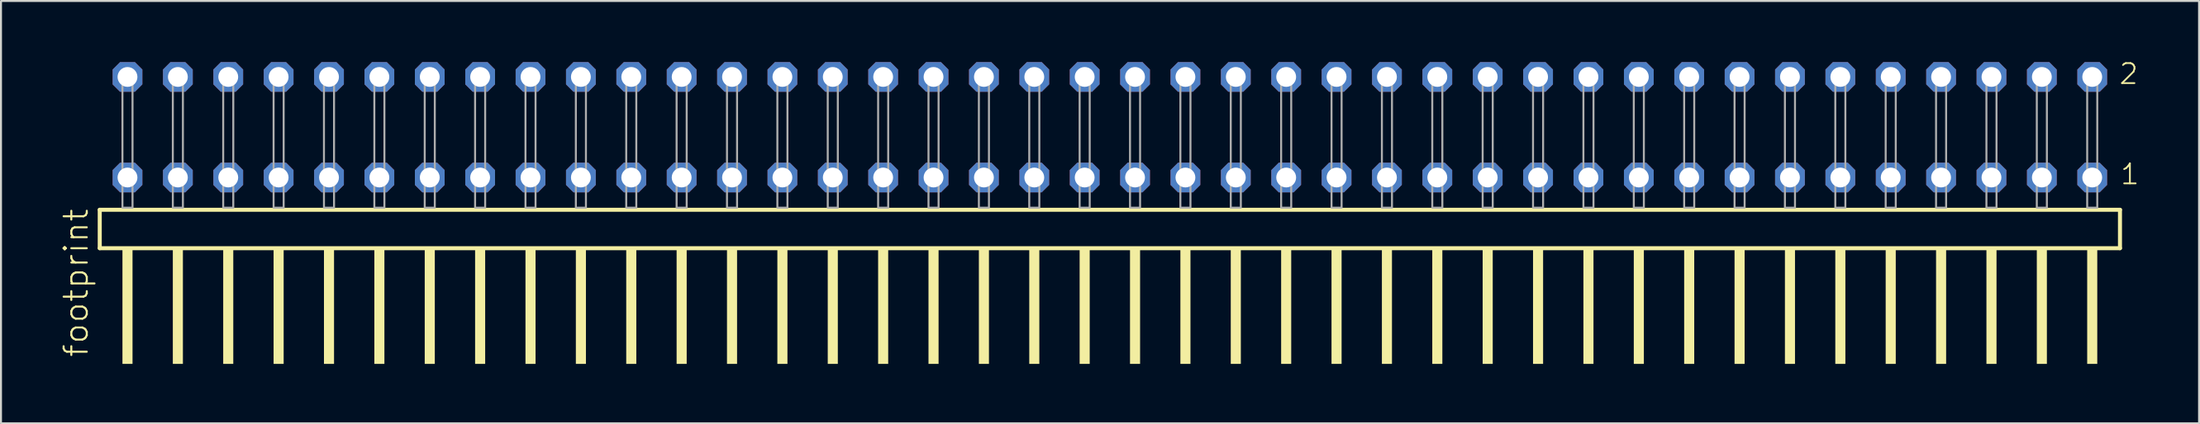
<source format=kicad_pcb>
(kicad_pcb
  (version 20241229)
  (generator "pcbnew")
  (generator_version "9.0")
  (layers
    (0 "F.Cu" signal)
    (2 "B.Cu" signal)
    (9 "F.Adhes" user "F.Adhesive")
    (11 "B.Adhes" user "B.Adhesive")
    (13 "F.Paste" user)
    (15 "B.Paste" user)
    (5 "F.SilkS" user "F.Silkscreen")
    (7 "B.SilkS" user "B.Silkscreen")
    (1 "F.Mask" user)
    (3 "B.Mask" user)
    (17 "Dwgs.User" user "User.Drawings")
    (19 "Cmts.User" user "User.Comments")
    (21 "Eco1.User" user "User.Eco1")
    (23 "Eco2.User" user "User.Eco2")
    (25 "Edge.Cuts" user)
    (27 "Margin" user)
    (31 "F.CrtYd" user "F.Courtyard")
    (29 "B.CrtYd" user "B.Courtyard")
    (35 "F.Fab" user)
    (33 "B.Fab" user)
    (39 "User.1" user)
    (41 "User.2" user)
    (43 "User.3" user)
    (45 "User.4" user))
  (footprint "footprint"
    (layer "F.Cu")
    (at 52.908 7.441)
    (property "Reference" "footprint" (at -51.435 7.62 90) (layer "F.SilkS") (effects (font (size 1.168 1.168) (thickness 0.102)) (justify left bottom)))
    (fp_line (start -50.929 0.106) (end -50.929 2.046) (stroke (width 0.203) (type solid)) (layer "F.SilkS"))
    (fp_line (start -50.929 2.046) (end 50.929 2.046) (stroke (width 0.203) (type solid)) (layer "F.SilkS"))
    (fp_line (start 50.929 0.106) (end -50.929 0.106) (stroke (width 0.203) (type solid)) (layer "F.SilkS"))
    (fp_line (start 50.929 2.046) (end 50.929 0.106) (stroke (width 0.203) (type solid)) (layer "F.SilkS"))
    (fp_poly (pts (xy -49.784 7.89) (xy -49.276 7.89) (xy -49.276 2.04) (xy -49.784 2.04)) (stroke (width 0) (type solid)) (fill yes) (layer "F.SilkS"))
    (fp_poly (pts (xy -47.244 7.89) (xy -46.736 7.89) (xy -46.736 2.04) (xy -47.244 2.04)) (stroke (width 0) (type solid)) (fill yes) (layer "F.SilkS"))
    (fp_poly (pts (xy -44.704 7.89) (xy -44.196 7.89) (xy -44.196 2.04) (xy -44.704 2.04)) (stroke (width 0) (type solid)) (fill yes) (layer "F.SilkS"))
    (fp_poly (pts (xy -42.164 7.89) (xy -41.656 7.89) (xy -41.656 2.04) (xy -42.164 2.04)) (stroke (width 0) (type solid)) (fill yes) (layer "F.SilkS"))
    (fp_poly (pts (xy -39.624 7.89) (xy -39.116 7.89) (xy -39.116 2.04) (xy -39.624 2.04)) (stroke (width 0) (type solid)) (fill yes) (layer "F.SilkS"))
    (fp_poly (pts (xy -37.084 7.89) (xy -36.576 7.89) (xy -36.576 2.04) (xy -37.084 2.04)) (stroke (width 0) (type solid)) (fill yes) (layer "F.SilkS"))
    (fp_poly (pts (xy -34.544 7.89) (xy -34.036 7.89) (xy -34.036 2.04) (xy -34.544 2.04)) (stroke (width 0) (type solid)) (fill yes) (layer "F.SilkS"))
    (fp_poly (pts (xy -32.004 7.89) (xy -31.496 7.89) (xy -31.496 2.04) (xy -32.004 2.04)) (stroke (width 0) (type solid)) (fill yes) (layer "F.SilkS"))
    (fp_poly (pts (xy -29.464 7.89) (xy -28.956 7.89) (xy -28.956 2.04) (xy -29.464 2.04)) (stroke (width 0) (type solid)) (fill yes) (layer "F.SilkS"))
    (fp_poly (pts (xy -26.924 7.89) (xy -26.416 7.89) (xy -26.416 2.04) (xy -26.924 2.04)) (stroke (width 0) (type solid)) (fill yes) (layer "F.SilkS"))
    (fp_poly (pts (xy -24.384 7.89) (xy -23.876 7.89) (xy -23.876 2.04) (xy -24.384 2.04)) (stroke (width 0) (type solid)) (fill yes) (layer "F.SilkS"))
    (fp_poly (pts (xy -21.844 7.89) (xy -21.336 7.89) (xy -21.336 2.04) (xy -21.844 2.04)) (stroke (width 0) (type solid)) (fill yes) (layer "F.SilkS"))
    (fp_poly (pts (xy -19.304 7.89) (xy -18.796 7.89) (xy -18.796 2.04) (xy -19.304 2.04)) (stroke (width 0) (type solid)) (fill yes) (layer "F.SilkS"))
    (fp_poly (pts (xy -16.764 7.89) (xy -16.256 7.89) (xy -16.256 2.04) (xy -16.764 2.04)) (stroke (width 0) (type solid)) (fill yes) (layer "F.SilkS"))
    (fp_poly (pts (xy -14.224 7.89) (xy -13.716 7.89) (xy -13.716 2.04) (xy -14.224 2.04)) (stroke (width 0) (type solid)) (fill yes) (layer "F.SilkS"))
    (fp_poly (pts (xy -11.684 7.89) (xy -11.176 7.89) (xy -11.176 2.04) (xy -11.684 2.04)) (stroke (width 0) (type solid)) (fill yes) (layer "F.SilkS"))
    (fp_poly (pts (xy -9.144 7.89) (xy -8.636 7.89) (xy -8.636 2.04) (xy -9.144 2.04)) (stroke (width 0) (type solid)) (fill yes) (layer "F.SilkS"))
    (fp_poly (pts (xy -6.604 7.89) (xy -6.096 7.89) (xy -6.096 2.04) (xy -6.604 2.04)) (stroke (width 0) (type solid)) (fill yes) (layer "F.SilkS"))
    (fp_poly (pts (xy -4.064 7.89) (xy -3.556 7.89) (xy -3.556 2.04) (xy -4.064 2.04)) (stroke (width 0) (type solid)) (fill yes) (layer "F.SilkS"))
    (fp_poly (pts (xy -1.524 7.89) (xy -1.016 7.89) (xy -1.016 2.04) (xy -1.524 2.04)) (stroke (width 0) (type solid)) (fill yes) (layer "F.SilkS"))
    (fp_poly (pts (xy 1.016 7.89) (xy 1.524 7.89) (xy 1.524 2.04) (xy 1.016 2.04)) (stroke (width 0) (type solid)) (fill yes) (layer "F.SilkS"))
    (fp_poly (pts (xy 3.556 7.89) (xy 4.064 7.89) (xy 4.064 2.04) (xy 3.556 2.04)) (stroke (width 0) (type solid)) (fill yes) (layer "F.SilkS"))
    (fp_poly (pts (xy 6.096 7.89) (xy 6.604 7.89) (xy 6.604 2.04) (xy 6.096 2.04)) (stroke (width 0) (type solid)) (fill yes) (layer "F.SilkS"))
    (fp_poly (pts (xy 8.636 7.89) (xy 9.144 7.89) (xy 9.144 2.04) (xy 8.636 2.04)) (stroke (width 0) (type solid)) (fill yes) (layer "F.SilkS"))
    (fp_poly (pts (xy 11.176 7.89) (xy 11.684 7.89) (xy 11.684 2.04) (xy 11.176 2.04)) (stroke (width 0) (type solid)) (fill yes) (layer "F.SilkS"))
    (fp_poly (pts (xy 13.716 7.89) (xy 14.224 7.89) (xy 14.224 2.04) (xy 13.716 2.04)) (stroke (width 0) (type solid)) (fill yes) (layer "F.SilkS"))
    (fp_poly (pts (xy 16.256 7.89) (xy 16.764 7.89) (xy 16.764 2.04) (xy 16.256 2.04)) (stroke (width 0) (type solid)) (fill yes) (layer "F.SilkS"))
    (fp_poly (pts (xy 18.796 7.89) (xy 19.304 7.89) (xy 19.304 2.04) (xy 18.796 2.04)) (stroke (width 0) (type solid)) (fill yes) (layer "F.SilkS"))
    (fp_poly (pts (xy 21.336 7.89) (xy 21.844 7.89) (xy 21.844 2.04) (xy 21.336 2.04)) (stroke (width 0) (type solid)) (fill yes) (layer "F.SilkS"))
    (fp_poly (pts (xy 23.876 7.89) (xy 24.384 7.89) (xy 24.384 2.04) (xy 23.876 2.04)) (stroke (width 0) (type solid)) (fill yes) (layer "F.SilkS"))
    (fp_poly (pts (xy 26.416 7.89) (xy 26.924 7.89) (xy 26.924 2.04) (xy 26.416 2.04)) (stroke (width 0) (type solid)) (fill yes) (layer "F.SilkS"))
    (fp_poly (pts (xy 28.956 7.89) (xy 29.464 7.89) (xy 29.464 2.04) (xy 28.956 2.04)) (stroke (width 0) (type solid)) (fill yes) (layer "F.SilkS"))
    (fp_poly (pts (xy 31.496 7.89) (xy 32.004 7.89) (xy 32.004 2.04) (xy 31.496 2.04)) (stroke (width 0) (type solid)) (fill yes) (layer "F.SilkS"))
    (fp_poly (pts (xy 34.036 7.89) (xy 34.544 7.89) (xy 34.544 2.04) (xy 34.036 2.04)) (stroke (width 0) (type solid)) (fill yes) (layer "F.SilkS"))
    (fp_poly (pts (xy 36.576 7.89) (xy 37.084 7.89) (xy 37.084 2.04) (xy 36.576 2.04)) (stroke (width 0) (type solid)) (fill yes) (layer "F.SilkS"))
    (fp_poly (pts (xy 39.116 7.89) (xy 39.624 7.89) (xy 39.624 2.04) (xy 39.116 2.04)) (stroke (width 0) (type solid)) (fill yes) (layer "F.SilkS"))
    (fp_poly (pts (xy 41.656 7.89) (xy 42.164 7.89) (xy 42.164 2.04) (xy 41.656 2.04)) (stroke (width 0) (type solid)) (fill yes) (layer "F.SilkS"))
    (fp_poly (pts (xy 44.196 7.89) (xy 44.704 7.89) (xy 44.704 2.04) (xy 44.196 2.04)) (stroke (width 0) (type solid)) (fill yes) (layer "F.SilkS"))
    (fp_poly (pts (xy 46.736 7.89) (xy 47.244 7.89) (xy 47.244 2.04) (xy 46.736 2.04)) (stroke (width 0) (type solid)) (fill yes) (layer "F.SilkS"))
    (fp_poly (pts (xy 49.276 7.89) (xy 49.784 7.89) (xy 49.784 2.04) (xy 49.276 2.04)) (stroke (width 0) (type solid)) (fill yes) (layer "F.SilkS"))
    (fp_poly (pts (xy -49.784 0) (xy -49.276 0) (xy -49.276 -6.858) (xy -49.784 -6.858)) (stroke (width 0.1) (type solid)) (fill no) (layer "F.Fab"))
    (fp_poly (pts (xy -47.244 0) (xy -46.736 0) (xy -46.736 -6.858) (xy -47.244 -6.858)) (stroke (width 0.1) (type solid)) (fill no) (layer "F.Fab"))
    (fp_poly (pts (xy -44.704 0) (xy -44.196 0) (xy -44.196 -6.858) (xy -44.704 -6.858)) (stroke (width 0.1) (type solid)) (fill no) (layer "F.Fab"))
    (fp_poly (pts (xy -42.164 0) (xy -41.656 0) (xy -41.656 -6.858) (xy -42.164 -6.858)) (stroke (width 0.1) (type solid)) (fill no) (layer "F.Fab"))
    (fp_poly (pts (xy -39.624 0) (xy -39.116 0) (xy -39.116 -6.858) (xy -39.624 -6.858)) (stroke (width 0.1) (type solid)) (fill no) (layer "F.Fab"))
    (fp_poly (pts (xy -37.084 0) (xy -36.576 0) (xy -36.576 -6.858) (xy -37.084 -6.858)) (stroke (width 0.1) (type solid)) (fill no) (layer "F.Fab"))
    (fp_poly (pts (xy -34.544 0) (xy -34.036 0) (xy -34.036 -6.858) (xy -34.544 -6.858)) (stroke (width 0.1) (type solid)) (fill no) (layer "F.Fab"))
    (fp_poly (pts (xy -32.004 0) (xy -31.496 0) (xy -31.496 -6.858) (xy -32.004 -6.858)) (stroke (width 0.1) (type solid)) (fill no) (layer "F.Fab"))
    (fp_poly (pts (xy -29.464 0) (xy -28.956 0) (xy -28.956 -6.858) (xy -29.464 -6.858)) (stroke (width 0.1) (type solid)) (fill no) (layer "F.Fab"))
    (fp_poly (pts (xy -26.924 0) (xy -26.416 0) (xy -26.416 -6.858) (xy -26.924 -6.858)) (stroke (width 0.1) (type solid)) (fill no) (layer "F.Fab"))
    (fp_poly (pts (xy -24.384 0) (xy -23.876 0) (xy -23.876 -6.858) (xy -24.384 -6.858)) (stroke (width 0.1) (type solid)) (fill no) (layer "F.Fab"))
    (fp_poly (pts (xy -21.844 0) (xy -21.336 0) (xy -21.336 -6.858) (xy -21.844 -6.858)) (stroke (width 0.1) (type solid)) (fill no) (layer "F.Fab"))
    (fp_poly (pts (xy -19.304 0) (xy -18.796 0) (xy -18.796 -6.858) (xy -19.304 -6.858)) (stroke (width 0.1) (type solid)) (fill no) (layer "F.Fab"))
    (fp_poly (pts (xy -16.764 0) (xy -16.256 0) (xy -16.256 -6.858) (xy -16.764 -6.858)) (stroke (width 0.1) (type solid)) (fill no) (layer "F.Fab"))
    (fp_poly (pts (xy -14.224 0) (xy -13.716 0) (xy -13.716 -6.858) (xy -14.224 -6.858)) (stroke (width 0.1) (type solid)) (fill no) (layer "F.Fab"))
    (fp_poly (pts (xy -11.684 0) (xy -11.176 0) (xy -11.176 -6.858) (xy -11.684 -6.858)) (stroke (width 0.1) (type solid)) (fill no) (layer "F.Fab"))
    (fp_poly (pts (xy -9.144 0) (xy -8.636 0) (xy -8.636 -6.858) (xy -9.144 -6.858)) (stroke (width 0.1) (type solid)) (fill no) (layer "F.Fab"))
    (fp_poly (pts (xy -6.604 0) (xy -6.096 0) (xy -6.096 -6.858) (xy -6.604 -6.858)) (stroke (width 0.1) (type solid)) (fill no) (layer "F.Fab"))
    (fp_poly (pts (xy -4.064 0) (xy -3.556 0) (xy -3.556 -6.858) (xy -4.064 -6.858)) (stroke (width 0.1) (type solid)) (fill no) (layer "F.Fab"))
    (fp_poly (pts (xy -1.524 0) (xy -1.016 0) (xy -1.016 -6.858) (xy -1.524 -6.858)) (stroke (width 0.1) (type solid)) (fill no) (layer "F.Fab"))
    (fp_poly (pts (xy 1.016 0) (xy 1.524 0) (xy 1.524 -6.858) (xy 1.016 -6.858)) (stroke (width 0.1) (type solid)) (fill no) (layer "F.Fab"))
    (fp_poly (pts (xy 3.556 0) (xy 4.064 0) (xy 4.064 -6.858) (xy 3.556 -6.858)) (stroke (width 0.1) (type solid)) (fill no) (layer "F.Fab"))
    (fp_poly (pts (xy 6.096 0) (xy 6.604 0) (xy 6.604 -6.858) (xy 6.096 -6.858)) (stroke (width 0.1) (type solid)) (fill no) (layer "F.Fab"))
    (fp_poly (pts (xy 8.636 0) (xy 9.144 0) (xy 9.144 -6.858) (xy 8.636 -6.858)) (stroke (width 0.1) (type solid)) (fill no) (layer "F.Fab"))
    (fp_poly (pts (xy 11.176 0) (xy 11.684 0) (xy 11.684 -6.858) (xy 11.176 -6.858)) (stroke (width 0.1) (type solid)) (fill no) (layer "F.Fab"))
    (fp_poly (pts (xy 13.716 0) (xy 14.224 0) (xy 14.224 -6.858) (xy 13.716 -6.858)) (stroke (width 0.1) (type solid)) (fill no) (layer "F.Fab"))
    (fp_poly (pts (xy 16.256 0) (xy 16.764 0) (xy 16.764 -6.858) (xy 16.256 -6.858)) (stroke (width 0.1) (type solid)) (fill no) (layer "F.Fab"))
    (fp_poly (pts (xy 18.796 0) (xy 19.304 0) (xy 19.304 -6.858) (xy 18.796 -6.858)) (stroke (width 0.1) (type solid)) (fill no) (layer "F.Fab"))
    (fp_poly (pts (xy 21.336 0) (xy 21.844 0) (xy 21.844 -6.858) (xy 21.336 -6.858)) (stroke (width 0.1) (type solid)) (fill no) (layer "F.Fab"))
    (fp_poly (pts (xy 23.876 0) (xy 24.384 0) (xy 24.384 -6.858) (xy 23.876 -6.858)) (stroke (width 0.1) (type solid)) (fill no) (layer "F.Fab"))
    (fp_poly (pts (xy 26.416 0) (xy 26.924 0) (xy 26.924 -6.858) (xy 26.416 -6.858)) (stroke (width 0.1) (type solid)) (fill no) (layer "F.Fab"))
    (fp_poly (pts (xy 28.956 0) (xy 29.464 0) (xy 29.464 -6.858) (xy 28.956 -6.858)) (stroke (width 0.1) (type solid)) (fill no) (layer "F.Fab"))
    (fp_poly (pts (xy 31.496 0) (xy 32.004 0) (xy 32.004 -6.858) (xy 31.496 -6.858)) (stroke (width 0.1) (type solid)) (fill no) (layer "F.Fab"))
    (fp_poly (pts (xy 34.036 0) (xy 34.544 0) (xy 34.544 -6.858) (xy 34.036 -6.858)) (stroke (width 0.1) (type solid)) (fill no) (layer "F.Fab"))
    (fp_poly (pts (xy 36.576 0) (xy 37.084 0) (xy 37.084 -6.858) (xy 36.576 -6.858)) (stroke (width 0.1) (type solid)) (fill no) (layer "F.Fab"))
    (fp_poly (pts (xy 39.116 0) (xy 39.624 0) (xy 39.624 -6.858) (xy 39.116 -6.858)) (stroke (width 0.1) (type solid)) (fill no) (layer "F.Fab"))
    (fp_poly (pts (xy 41.656 0) (xy 42.164 0) (xy 42.164 -6.858) (xy 41.656 -6.858)) (stroke (width 0.1) (type solid)) (fill no) (layer "F.Fab"))
    (fp_poly (pts (xy 44.196 0) (xy 44.704 0) (xy 44.704 -6.858) (xy 44.196 -6.858)) (stroke (width 0.1) (type solid)) (fill no) (layer "F.Fab"))
    (fp_poly (pts (xy 46.736 0) (xy 47.244 0) (xy 47.244 -6.858) (xy 46.736 -6.858)) (stroke (width 0.1) (type solid)) (fill no) (layer "F.Fab"))
    (fp_poly (pts (xy 49.276 0) (xy 49.784 0) (xy 49.784 -6.858) (xy 49.276 -6.858)) (stroke (width 0.1) (type solid)) (fill no) (layer "F.Fab"))
    (fp_text user "1" (at 50.89 -1.1 0) (layer "F.SilkS") (effects (font (size 1.012 1.012) (thickness 0.088)) (justify left bottom)))
    (fp_text user "2" (at 50.83 -6.165 0) (layer "F.SilkS") (effects (font (size 1.012 1.012) (thickness 0.088)) (justify left bottom)))
    (pad "1" thru_hole roundrect (at 49.53 -1.524 180) (size 1.5 1.5) (drill 1) (layers "*.Cu" "*.Mask") (roundrect_rratio 0.25) (chamfer_ratio 0.25) (chamfer top_left top_right bottom_left bottom_right))
    (pad "2" thru_hole roundrect (at 49.53 -6.604 180) (size 1.5 1.5) (drill 1) (layers "*.Cu" "*.Mask") (roundrect_rratio 0.25) (chamfer_ratio 0.25) (chamfer top_left top_right bottom_left bottom_right))
    (pad "3" thru_hole roundrect (at 46.99 -1.524 180) (size 1.5 1.5) (drill 1) (layers "*.Cu" "*.Mask") (roundrect_rratio 0.25) (chamfer_ratio 0.25) (chamfer top_left top_right bottom_left bottom_right))
    (pad "4" thru_hole roundrect (at 46.99 -6.604 180) (size 1.5 1.5) (drill 1) (layers "*.Cu" "*.Mask") (roundrect_rratio 0.25) (chamfer_ratio 0.25) (chamfer top_left top_right bottom_left bottom_right))
    (pad "5" thru_hole roundrect (at 44.45 -1.524 180) (size 1.5 1.5) (drill 1) (layers "*.Cu" "*.Mask") (roundrect_rratio 0.25) (chamfer_ratio 0.25) (chamfer top_left top_right bottom_left bottom_right))
    (pad "6" thru_hole roundrect (at 44.45 -6.604 180) (size 1.5 1.5) (drill 1) (layers "*.Cu" "*.Mask") (roundrect_rratio 0.25) (chamfer_ratio 0.25) (chamfer top_left top_right bottom_left bottom_right))
    (pad "7" thru_hole roundrect (at 41.91 -1.524 180) (size 1.5 1.5) (drill 1) (layers "*.Cu" "*.Mask") (roundrect_rratio 0.25) (chamfer_ratio 0.25) (chamfer top_left top_right bottom_left bottom_right))
    (pad "8" thru_hole roundrect (at 41.91 -6.604 180) (size 1.5 1.5) (drill 1) (layers "*.Cu" "*.Mask") (roundrect_rratio 0.25) (chamfer_ratio 0.25) (chamfer top_left top_right bottom_left bottom_right))
    (pad "9" thru_hole roundrect (at 39.37 -1.524 180) (size 1.5 1.5) (drill 1) (layers "*.Cu" "*.Mask") (roundrect_rratio 0.25) (chamfer_ratio 0.25) (chamfer top_left top_right bottom_left bottom_right))
    (pad "10" thru_hole roundrect (at 39.37 -6.604 180) (size 1.5 1.5) (drill 1) (layers "*.Cu" "*.Mask") (roundrect_rratio 0.25) (chamfer_ratio 0.25) (chamfer top_left top_right bottom_left bottom_right))
    (pad "11" thru_hole roundrect (at 36.83 -1.524 180) (size 1.5 1.5) (drill 1) (layers "*.Cu" "*.Mask") (roundrect_rratio 0.25) (chamfer_ratio 0.25) (chamfer top_left top_right bottom_left bottom_right))
    (pad "12" thru_hole roundrect (at 36.83 -6.604 180) (size 1.5 1.5) (drill 1) (layers "*.Cu" "*.Mask") (roundrect_rratio 0.25) (chamfer_ratio 0.25) (chamfer top_left top_right bottom_left bottom_right))
    (pad "13" thru_hole roundrect (at 34.29 -1.524 180) (size 1.5 1.5) (drill 1) (layers "*.Cu" "*.Mask") (roundrect_rratio 0.25) (chamfer_ratio 0.25) (chamfer top_left top_right bottom_left bottom_right))
    (pad "14" thru_hole roundrect (at 34.29 -6.604 180) (size 1.5 1.5) (drill 1) (layers "*.Cu" "*.Mask") (roundrect_rratio 0.25) (chamfer_ratio 0.25) (chamfer top_left top_right bottom_left bottom_right))
    (pad "15" thru_hole roundrect (at 31.75 -1.524 180) (size 1.5 1.5) (drill 1) (layers "*.Cu" "*.Mask") (roundrect_rratio 0.25) (chamfer_ratio 0.25) (chamfer top_left top_right bottom_left bottom_right))
    (pad "16" thru_hole roundrect (at 31.75 -6.604 180) (size 1.5 1.5) (drill 1) (layers "*.Cu" "*.Mask") (roundrect_rratio 0.25) (chamfer_ratio 0.25) (chamfer top_left top_right bottom_left bottom_right))
    (pad "17" thru_hole roundrect (at 29.21 -1.524 180) (size 1.5 1.5) (drill 1) (layers "*.Cu" "*.Mask") (roundrect_rratio 0.25) (chamfer_ratio 0.25) (chamfer top_left top_right bottom_left bottom_right))
    (pad "18" thru_hole roundrect (at 29.21 -6.604 180) (size 1.5 1.5) (drill 1) (layers "*.Cu" "*.Mask") (roundrect_rratio 0.25) (chamfer_ratio 0.25) (chamfer top_left top_right bottom_left bottom_right))
    (pad "19" thru_hole roundrect (at 26.67 -1.524 180) (size 1.5 1.5) (drill 1) (layers "*.Cu" "*.Mask") (roundrect_rratio 0.25) (chamfer_ratio 0.25) (chamfer top_left top_right bottom_left bottom_right))
    (pad "20" thru_hole roundrect (at 26.67 -6.604 180) (size 1.5 1.5) (drill 1) (layers "*.Cu" "*.Mask") (roundrect_rratio 0.25) (chamfer_ratio 0.25) (chamfer top_left top_right bottom_left bottom_right))
    (pad "21" thru_hole roundrect (at 24.13 -1.524 180) (size 1.5 1.5) (drill 1) (layers "*.Cu" "*.Mask") (roundrect_rratio 0.25) (chamfer_ratio 0.25) (chamfer top_left top_right bottom_left bottom_right))
    (pad "22" thru_hole roundrect (at 24.13 -6.604 180) (size 1.5 1.5) (drill 1) (layers "*.Cu" "*.Mask") (roundrect_rratio 0.25) (chamfer_ratio 0.25) (chamfer top_left top_right bottom_left bottom_right))
    (pad "23" thru_hole roundrect (at 21.59 -1.524 180) (size 1.5 1.5) (drill 1) (layers "*.Cu" "*.Mask") (roundrect_rratio 0.25) (chamfer_ratio 0.25) (chamfer top_left top_right bottom_left bottom_right))
    (pad "24" thru_hole roundrect (at 21.59 -6.604 180) (size 1.5 1.5) (drill 1) (layers "*.Cu" "*.Mask") (roundrect_rratio 0.25) (chamfer_ratio 0.25) (chamfer top_left top_right bottom_left bottom_right))
    (pad "25" thru_hole roundrect (at 19.05 -1.524 180) (size 1.5 1.5) (drill 1) (layers "*.Cu" "*.Mask") (roundrect_rratio 0.25) (chamfer_ratio 0.25) (chamfer top_left top_right bottom_left bottom_right))
    (pad "26" thru_hole roundrect (at 19.05 -6.604 180) (size 1.5 1.5) (drill 1) (layers "*.Cu" "*.Mask") (roundrect_rratio 0.25) (chamfer_ratio 0.25) (chamfer top_left top_right bottom_left bottom_right))
    (pad "27" thru_hole roundrect (at 16.51 -1.524 180) (size 1.5 1.5) (drill 1) (layers "*.Cu" "*.Mask") (roundrect_rratio 0.25) (chamfer_ratio 0.25) (chamfer top_left top_right bottom_left bottom_right))
    (pad "28" thru_hole roundrect (at 16.51 -6.604 180) (size 1.5 1.5) (drill 1) (layers "*.Cu" "*.Mask") (roundrect_rratio 0.25) (chamfer_ratio 0.25) (chamfer top_left top_right bottom_left bottom_right))
    (pad "29" thru_hole roundrect (at 13.97 -1.524 180) (size 1.5 1.5) (drill 1) (layers "*.Cu" "*.Mask") (roundrect_rratio 0.25) (chamfer_ratio 0.25) (chamfer top_left top_right bottom_left bottom_right))
    (pad "30" thru_hole roundrect (at 13.97 -6.604 180) (size 1.5 1.5) (drill 1) (layers "*.Cu" "*.Mask") (roundrect_rratio 0.25) (chamfer_ratio 0.25) (chamfer top_left top_right bottom_left bottom_right))
    (pad "31" thru_hole roundrect (at 11.43 -1.524 180) (size 1.5 1.5) (drill 1) (layers "*.Cu" "*.Mask") (roundrect_rratio 0.25) (chamfer_ratio 0.25) (chamfer top_left top_right bottom_left bottom_right))
    (pad "32" thru_hole roundrect (at 11.43 -6.604 180) (size 1.5 1.5) (drill 1) (layers "*.Cu" "*.Mask") (roundrect_rratio 0.25) (chamfer_ratio 0.25) (chamfer top_left top_right bottom_left bottom_right))
    (pad "33" thru_hole roundrect (at 8.89 -1.524 180) (size 1.5 1.5) (drill 1) (layers "*.Cu" "*.Mask") (roundrect_rratio 0.25) (chamfer_ratio 0.25) (chamfer top_left top_right bottom_left bottom_right))
    (pad "34" thru_hole roundrect (at 8.89 -6.604 180) (size 1.5 1.5) (drill 1) (layers "*.Cu" "*.Mask") (roundrect_rratio 0.25) (chamfer_ratio 0.25) (chamfer top_left top_right bottom_left bottom_right))
    (pad "35" thru_hole roundrect (at 6.35 -1.524 180) (size 1.5 1.5) (drill 1) (layers "*.Cu" "*.Mask") (roundrect_rratio 0.25) (chamfer_ratio 0.25) (chamfer top_left top_right bottom_left bottom_right))
    (pad "36" thru_hole roundrect (at 6.35 -6.604 180) (size 1.5 1.5) (drill 1) (layers "*.Cu" "*.Mask") (roundrect_rratio 0.25) (chamfer_ratio 0.25) (chamfer top_left top_right bottom_left bottom_right))
    (pad "37" thru_hole roundrect (at 3.81 -1.524 180) (size 1.5 1.5) (drill 1) (layers "*.Cu" "*.Mask") (roundrect_rratio 0.25) (chamfer_ratio 0.25) (chamfer top_left top_right bottom_left bottom_right))
    (pad "38" thru_hole roundrect (at 3.81 -6.604 180) (size 1.5 1.5) (drill 1) (layers "*.Cu" "*.Mask") (roundrect_rratio 0.25) (chamfer_ratio 0.25) (chamfer top_left top_right bottom_left bottom_right))
    (pad "39" thru_hole roundrect (at 1.27 -1.524 180) (size 1.5 1.5) (drill 1) (layers "*.Cu" "*.Mask") (roundrect_rratio 0.25) (chamfer_ratio 0.25) (chamfer top_left top_right bottom_left bottom_right))
    (pad "40" thru_hole roundrect (at 1.27 -6.604 180) (size 1.5 1.5) (drill 1) (layers "*.Cu" "*.Mask") (roundrect_rratio 0.25) (chamfer_ratio 0.25) (chamfer top_left top_right bottom_left bottom_right))
    (pad "41" thru_hole roundrect (at -1.27 -1.524 180) (size 1.5 1.5) (drill 1) (layers "*.Cu" "*.Mask") (roundrect_rratio 0.25) (chamfer_ratio 0.25) (chamfer top_left top_right bottom_left bottom_right))
    (pad "42" thru_hole roundrect (at -1.27 -6.604 180) (size 1.5 1.5) (drill 1) (layers "*.Cu" "*.Mask") (roundrect_rratio 0.25) (chamfer_ratio 0.25) (chamfer top_left top_right bottom_left bottom_right))
    (pad "43" thru_hole roundrect (at -3.81 -1.524 180) (size 1.5 1.5) (drill 1) (layers "*.Cu" "*.Mask") (roundrect_rratio 0.25) (chamfer_ratio 0.25) (chamfer top_left top_right bottom_left bottom_right))
    (pad "44" thru_hole roundrect (at -3.81 -6.604 180) (size 1.5 1.5) (drill 1) (layers "*.Cu" "*.Mask") (roundrect_rratio 0.25) (chamfer_ratio 0.25) (chamfer top_left top_right bottom_left bottom_right))
    (pad "45" thru_hole roundrect (at -6.35 -1.524 180) (size 1.5 1.5) (drill 1) (layers "*.Cu" "*.Mask") (roundrect_rratio 0.25) (chamfer_ratio 0.25) (chamfer top_left top_right bottom_left bottom_right))
    (pad "46" thru_hole roundrect (at -6.35 -6.604 180) (size 1.5 1.5) (drill 1) (layers "*.Cu" "*.Mask") (roundrect_rratio 0.25) (chamfer_ratio 0.25) (chamfer top_left top_right bottom_left bottom_right))
    (pad "47" thru_hole roundrect (at -8.89 -1.524 180) (size 1.5 1.5) (drill 1) (layers "*.Cu" "*.Mask") (roundrect_rratio 0.25) (chamfer_ratio 0.25) (chamfer top_left top_right bottom_left bottom_right))
    (pad "48" thru_hole roundrect (at -8.89 -6.604 180) (size 1.5 1.5) (drill 1) (layers "*.Cu" "*.Mask") (roundrect_rratio 0.25) (chamfer_ratio 0.25) (chamfer top_left top_right bottom_left bottom_right))
    (pad "49" thru_hole roundrect (at -11.43 -1.524 180) (size 1.5 1.5) (drill 1) (layers "*.Cu" "*.Mask") (roundrect_rratio 0.25) (chamfer_ratio 0.25) (chamfer top_left top_right bottom_left bottom_right))
    (pad "50" thru_hole roundrect (at -11.43 -6.604 180) (size 1.5 1.5) (drill 1) (layers "*.Cu" "*.Mask") (roundrect_rratio 0.25) (chamfer_ratio 0.25) (chamfer top_left top_right bottom_left bottom_right))
    (pad "51" thru_hole roundrect (at -13.97 -1.524 180) (size 1.5 1.5) (drill 1) (layers "*.Cu" "*.Mask") (roundrect_rratio 0.25) (chamfer_ratio 0.25) (chamfer top_left top_right bottom_left bottom_right))
    (pad "52" thru_hole roundrect (at -13.97 -6.604 180) (size 1.5 1.5) (drill 1) (layers "*.Cu" "*.Mask") (roundrect_rratio 0.25) (chamfer_ratio 0.25) (chamfer top_left top_right bottom_left bottom_right))
    (pad "53" thru_hole roundrect (at -16.51 -1.524 180) (size 1.5 1.5) (drill 1) (layers "*.Cu" "*.Mask") (roundrect_rratio 0.25) (chamfer_ratio 0.25) (chamfer top_left top_right bottom_left bottom_right))
    (pad "54" thru_hole roundrect (at -16.51 -6.604 180) (size 1.5 1.5) (drill 1) (layers "*.Cu" "*.Mask") (roundrect_rratio 0.25) (chamfer_ratio 0.25) (chamfer top_left top_right bottom_left bottom_right))
    (pad "55" thru_hole roundrect (at -19.05 -1.524 180) (size 1.5 1.5) (drill 1) (layers "*.Cu" "*.Mask") (roundrect_rratio 0.25) (chamfer_ratio 0.25) (chamfer top_left top_right bottom_left bottom_right))
    (pad "56" thru_hole roundrect (at -19.05 -6.604 180) (size 1.5 1.5) (drill 1) (layers "*.Cu" "*.Mask") (roundrect_rratio 0.25) (chamfer_ratio 0.25) (chamfer top_left top_right bottom_left bottom_right))
    (pad "57" thru_hole roundrect (at -21.59 -1.524 180) (size 1.5 1.5) (drill 1) (layers "*.Cu" "*.Mask") (roundrect_rratio 0.25) (chamfer_ratio 0.25) (chamfer top_left top_right bottom_left bottom_right))
    (pad "58" thru_hole roundrect (at -21.59 -6.604 180) (size 1.5 1.5) (drill 1) (layers "*.Cu" "*.Mask") (roundrect_rratio 0.25) (chamfer_ratio 0.25) (chamfer top_left top_right bottom_left bottom_right))
    (pad "59" thru_hole roundrect (at -24.13 -1.524 180) (size 1.5 1.5) (drill 1) (layers "*.Cu" "*.Mask") (roundrect_rratio 0.25) (chamfer_ratio 0.25) (chamfer top_left top_right bottom_left bottom_right))
    (pad "60" thru_hole roundrect (at -24.13 -6.604 180) (size 1.5 1.5) (drill 1) (layers "*.Cu" "*.Mask") (roundrect_rratio 0.25) (chamfer_ratio 0.25) (chamfer top_left top_right bottom_left bottom_right))
    (pad "61" thru_hole roundrect (at -26.67 -1.524 180) (size 1.5 1.5) (drill 1) (layers "*.Cu" "*.Mask") (roundrect_rratio 0.25) (chamfer_ratio 0.25) (chamfer top_left top_right bottom_left bottom_right))
    (pad "62" thru_hole roundrect (at -26.67 -6.604 180) (size 1.5 1.5) (drill 1) (layers "*.Cu" "*.Mask") (roundrect_rratio 0.25) (chamfer_ratio 0.25) (chamfer top_left top_right bottom_left bottom_right))
    (pad "63" thru_hole roundrect (at -29.21 -1.524 180) (size 1.5 1.5) (drill 1) (layers "*.Cu" "*.Mask") (roundrect_rratio 0.25) (chamfer_ratio 0.25) (chamfer top_left top_right bottom_left bottom_right))
    (pad "64" thru_hole roundrect (at -29.21 -6.604 180) (size 1.5 1.5) (drill 1) (layers "*.Cu" "*.Mask") (roundrect_rratio 0.25) (chamfer_ratio 0.25) (chamfer top_left top_right bottom_left bottom_right))
    (pad "65" thru_hole roundrect (at -31.75 -1.524 180) (size 1.5 1.5) (drill 1) (layers "*.Cu" "*.Mask") (roundrect_rratio 0.25) (chamfer_ratio 0.25) (chamfer top_left top_right bottom_left bottom_right))
    (pad "66" thru_hole roundrect (at -31.75 -6.604 180) (size 1.5 1.5) (drill 1) (layers "*.Cu" "*.Mask") (roundrect_rratio 0.25) (chamfer_ratio 0.25) (chamfer top_left top_right bottom_left bottom_right))
    (pad "67" thru_hole roundrect (at -34.29 -1.524 180) (size 1.5 1.5) (drill 1) (layers "*.Cu" "*.Mask") (roundrect_rratio 0.25) (chamfer_ratio 0.25) (chamfer top_left top_right bottom_left bottom_right))
    (pad "68" thru_hole roundrect (at -34.29 -6.604 180) (size 1.5 1.5) (drill 1) (layers "*.Cu" "*.Mask") (roundrect_rratio 0.25) (chamfer_ratio 0.25) (chamfer top_left top_right bottom_left bottom_right))
    (pad "69" thru_hole roundrect (at -36.83 -1.524 180) (size 1.5 1.5) (drill 1) (layers "*.Cu" "*.Mask") (roundrect_rratio 0.25) (chamfer_ratio 0.25) (chamfer top_left top_right bottom_left bottom_right))
    (pad "70" thru_hole roundrect (at -36.83 -6.604 180) (size 1.5 1.5) (drill 1) (layers "*.Cu" "*.Mask") (roundrect_rratio 0.25) (chamfer_ratio 0.25) (chamfer top_left top_right bottom_left bottom_right))
    (pad "71" thru_hole roundrect (at -39.37 -1.524 180) (size 1.5 1.5) (drill 1) (layers "*.Cu" "*.Mask") (roundrect_rratio 0.25) (chamfer_ratio 0.25) (chamfer top_left top_right bottom_left bottom_right))
    (pad "72" thru_hole roundrect (at -39.37 -6.604 180) (size 1.5 1.5) (drill 1) (layers "*.Cu" "*.Mask") (roundrect_rratio 0.25) (chamfer_ratio 0.25) (chamfer top_left top_right bottom_left bottom_right))
    (pad "73" thru_hole roundrect (at -41.91 -1.524 180) (size 1.5 1.5) (drill 1) (layers "*.Cu" "*.Mask") (roundrect_rratio 0.25) (chamfer_ratio 0.25) (chamfer top_left top_right bottom_left bottom_right))
    (pad "74" thru_hole roundrect (at -41.91 -6.604 180) (size 1.5 1.5) (drill 1) (layers "*.Cu" "*.Mask") (roundrect_rratio 0.25) (chamfer_ratio 0.25) (chamfer top_left top_right bottom_left bottom_right))
    (pad "75" thru_hole roundrect (at -44.45 -1.524 180) (size 1.5 1.5) (drill 1) (layers "*.Cu" "*.Mask") (roundrect_rratio 0.25) (chamfer_ratio 0.25) (chamfer top_left top_right bottom_left bottom_right))
    (pad "76" thru_hole roundrect (at -44.45 -6.604 180) (size 1.5 1.5) (drill 1) (layers "*.Cu" "*.Mask") (roundrect_rratio 0.25) (chamfer_ratio 0.25) (chamfer top_left top_right bottom_left bottom_right))
    (pad "77" thru_hole roundrect (at -46.99 -1.524 180) (size 1.5 1.5) (drill 1) (layers "*.Cu" "*.Mask") (roundrect_rratio 0.25) (chamfer_ratio 0.25) (chamfer top_left top_right bottom_left bottom_right))
    (pad "78" thru_hole roundrect (at -46.99 -6.604 180) (size 1.5 1.5) (drill 1) (layers "*.Cu" "*.Mask") (roundrect_rratio 0.25) (chamfer_ratio 0.25) (chamfer top_left top_right bottom_left bottom_right))
    (pad "79" thru_hole roundrect (at -49.53 -1.524 180) (size 1.5 1.5) (drill 1) (layers "*.Cu" "*.Mask") (roundrect_rratio 0.25) (chamfer_ratio 0.25) (chamfer top_left top_right bottom_left bottom_right))
    (pad "80" thru_hole roundrect (at -49.53 -6.604 180) (size 1.5 1.5) (drill 1) (layers "*.Cu" "*.Mask") (roundrect_rratio 0.25) (chamfer_ratio 0.25) (chamfer top_left top_right bottom_left bottom_right)))
  (gr_rect
    (start -3 -3)
    (end 107.824 18.331)
    (stroke (width 0.1) (type default))
    (fill no)
    (layer "Edge.Cuts")))
</source>
